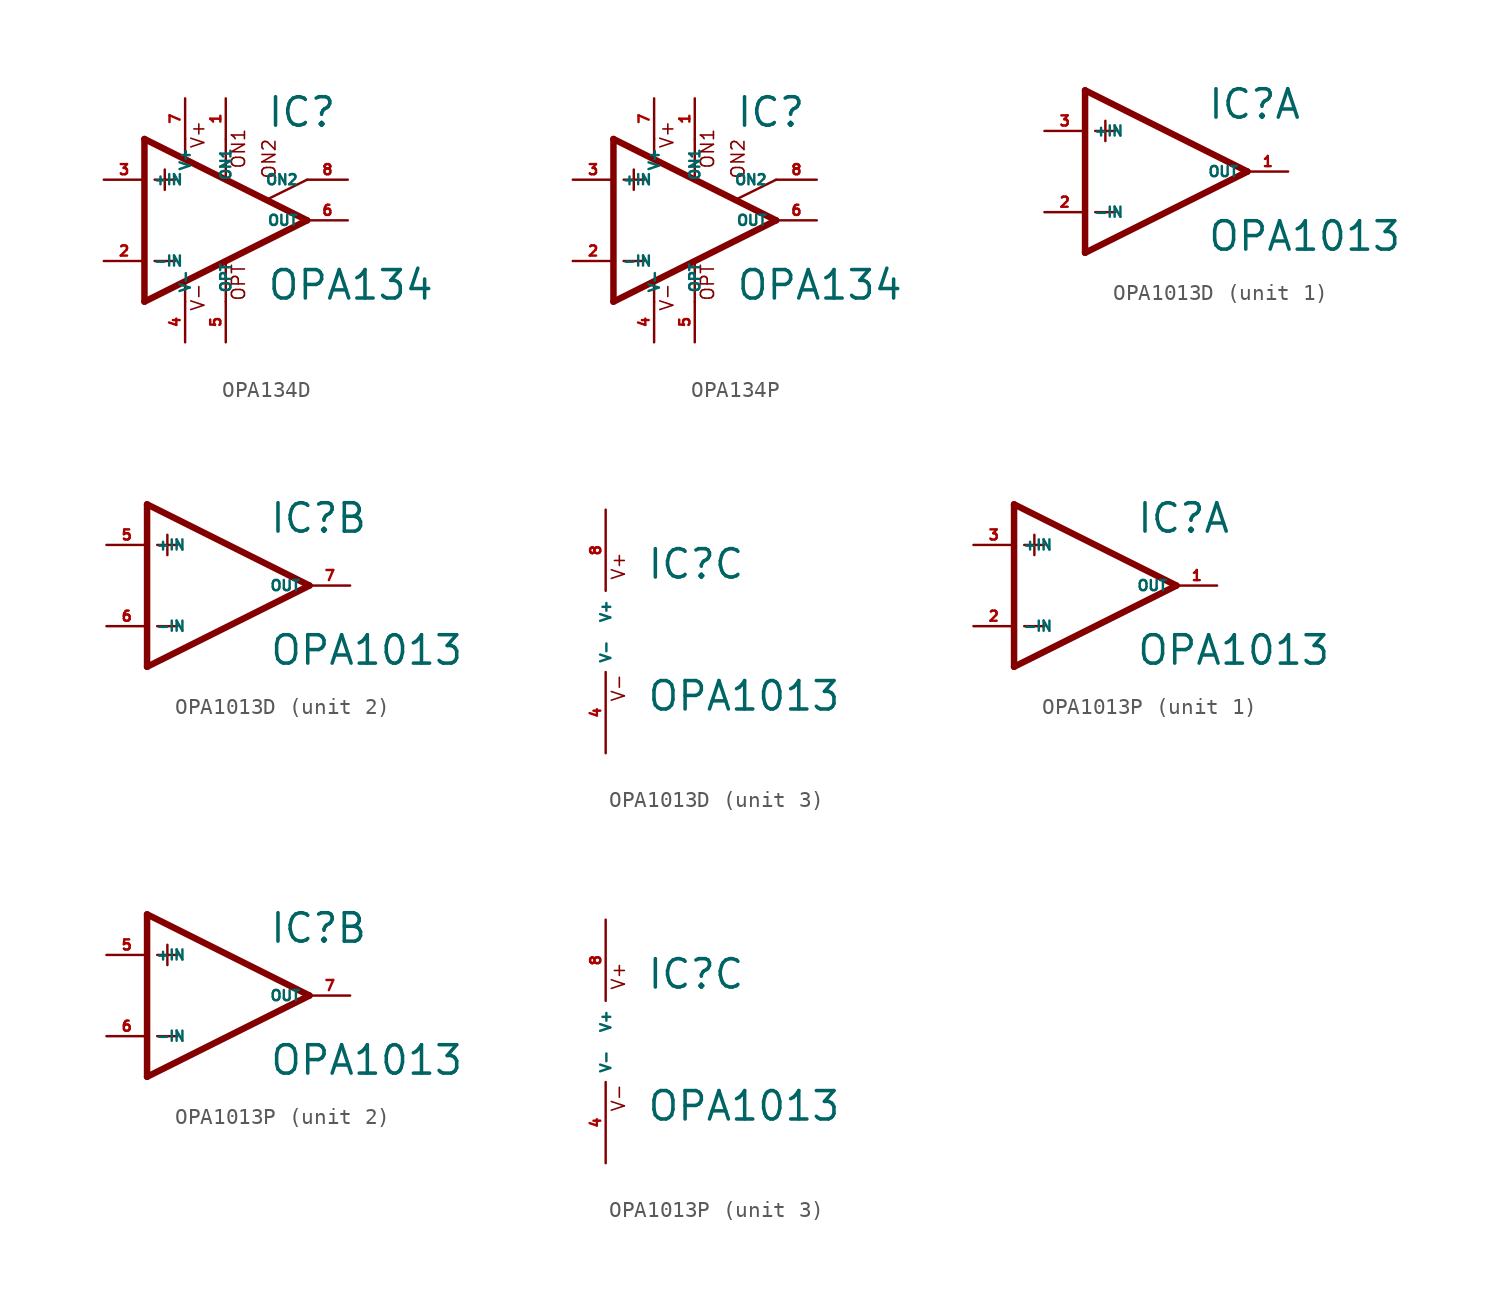
<source format=kicad_sym>
(kicad_symbol_lib
  (version 20220914)
  (generator Eagle2Kicad)
  (symbol "OPA134D"
    (property "Reference" "IC"
      (at 2.54 5.715 0)
      (effects (font (size 1.778 1.778) (thickness 0.22)) (justify left bottom)))
    (property "Value" "OPA134"
      (at 2.54 -5.08 0)
      (effects (font (size 1.778 1.778) (thickness 0.22)) (justify left bottom)))
    (polyline
      (pts (xy -3.81 3.175) (xy -3.81 1.905))
      (stroke (width 0.152) (type default))
      (fill (type none)))
    (polyline
      (pts (xy -4.445 2.54) (xy -3.175 2.54))
      (stroke (width 0.152) (type default))
      (fill (type none)))
    (polyline
      (pts (xy -4.445 -2.54) (xy -3.175 -2.54))
      (stroke (width 0.152) (type default))
      (fill (type none)))
    (polyline
      (pts (xy -2.54 5.08) (xy -2.54 3.886))
      (stroke (width 0.152) (type default))
      (fill (type none)))
    (polyline
      (pts (xy 0 5.055) (xy 0 2.616))
      (stroke (width 0.152) (type default))
      (fill (type none)))
    (polyline
      (pts (xy 0 -2.616) (xy 0 -5.08))
      (stroke (width 0.152) (type default))
      (fill (type none)))
    (polyline
      (pts (xy -2.54 -3.912) (xy -2.54 -5.08))
      (stroke (width 0.152) (type default))
      (fill (type none)))
    (polyline
      (pts (xy 5.08 2.54) (xy 2.616 1.321))
      (stroke (width 0.152) (type default))
      (fill (type none)))
    (polyline
      (pts (xy 5.08 0) (xy -5.08 5.08))
      (stroke (width 0.406) (type default))
      (fill (type none)))
    (polyline
      (pts (xy -5.08 5.08) (xy -5.08 -5.08))
      (stroke (width 0.406) (type default))
      (fill (type none)))
    (polyline
      (pts (xy -5.08 -5.08) (xy 5.08 0))
      (stroke (width 0.406) (type default))
      (fill (type none)))
    (text "ON1"
      (at 1.27 3.175 900)
      (effects (font (size 0.813 0.813) (thickness 0.10)) (justify left bottom)))
    (text "ON2"
      (at 3.175 2.54 900)
      (effects (font (size 0.813 0.813) (thickness 0.10)) (justify left bottom)))
    (text "OPT"
      (at 1.27 -5.08 900)
      (effects (font (size 0.813 0.813) (thickness 0.10)) (justify left bottom)))
    (text "V+"
      (at -1.27 4.445 900)
      (effects (font (size 0.813 0.813) (thickness 0.10)) (justify left bottom)))
    (text "V-"
      (at -1.27 -5.715 900)
      (effects (font (size 0.813 0.813) (thickness 0.10)) (justify left bottom)))
    (pin passive line
      (at 7.62 2.54 180)
      (length 2.54)
      (name "ON2" (effects (font (size 0.635 0.635) (thickness 0.08)) (justify left bottom)))
      (number "8" (effects (font (size 0.635 0.635) (thickness 0.08)) (justify left bottom))))
    (pin passive line
      (at 0 7.62 270)
      (length 2.54)
      (name "ON1" (effects (font (size 0.635 0.635) (thickness 0.08)) (justify left bottom)))
      (number "1" (effects (font (size 0.635 0.635) (thickness 0.08)) (justify left bottom))))
    (pin input line
      (at -7.62 -2.54 0)
      (length 2.54)
      (name "-IN" (effects (font (size 0.635 0.635) (thickness 0.08)) (justify left bottom)))
      (number "2" (effects (font (size 0.635 0.635) (thickness 0.08)) (justify left bottom))))
    (pin input line
      (at -7.62 2.54 0)
      (length 2.54)
      (name "+IN" (effects (font (size 0.635 0.635) (thickness 0.08)) (justify left bottom)))
      (number "3" (effects (font (size 0.635 0.635) (thickness 0.08)) (justify left bottom))))
    (pin output line
      (at 7.62 0 180)
      (length 2.54)
      (name "OUT" (effects (font (size 0.635 0.635) (thickness 0.08)) (justify left bottom)))
      (number "6" (effects (font (size 0.635 0.635) (thickness 0.08)) (justify left bottom))))
    (pin passive line
      (at 0 -7.62 90)
      (length 2.54)
      (name "OPT" (effects (font (size 0.635 0.635) (thickness 0.08)) (justify left bottom)))
      (number "5" (effects (font (size 0.635 0.635) (thickness 0.08)) (justify left bottom))))
    (pin unspecified line
      (at -2.54 7.62 270)
      (length 2.54)
      (name "V+" (effects (font (size 0.635 0.635) (thickness 0.08)) (justify left bottom)))
      (number "7" (effects (font (size 0.635 0.635) (thickness 0.08)) (justify left bottom))))
    (pin unspecified line
      (at -2.54 -7.62 90)
      (length 2.54)
      (name "V-" (effects (font (size 0.635 0.635) (thickness 0.08)) (justify left bottom)))
      (number "4" (effects (font (size 0.635 0.635) (thickness 0.08)) (justify left bottom)))))
  (symbol "OPA134P"
    (property "Reference" "IC"
      (at 2.54 5.715 0)
      (effects (font (size 1.778 1.778) (thickness 0.22)) (justify left bottom)))
    (property "Value" "OPA134"
      (at 2.54 -5.08 0)
      (effects (font (size 1.778 1.778) (thickness 0.22)) (justify left bottom)))
    (polyline
      (pts (xy -3.81 3.175) (xy -3.81 1.905))
      (stroke (width 0.152) (type default))
      (fill (type none)))
    (polyline
      (pts (xy -4.445 2.54) (xy -3.175 2.54))
      (stroke (width 0.152) (type default))
      (fill (type none)))
    (polyline
      (pts (xy -4.445 -2.54) (xy -3.175 -2.54))
      (stroke (width 0.152) (type default))
      (fill (type none)))
    (polyline
      (pts (xy -2.54 5.08) (xy -2.54 3.886))
      (stroke (width 0.152) (type default))
      (fill (type none)))
    (polyline
      (pts (xy 0 5.055) (xy 0 2.616))
      (stroke (width 0.152) (type default))
      (fill (type none)))
    (polyline
      (pts (xy 0 -2.616) (xy 0 -5.08))
      (stroke (width 0.152) (type default))
      (fill (type none)))
    (polyline
      (pts (xy -2.54 -3.912) (xy -2.54 -5.08))
      (stroke (width 0.152) (type default))
      (fill (type none)))
    (polyline
      (pts (xy 5.08 2.54) (xy 2.616 1.321))
      (stroke (width 0.152) (type default))
      (fill (type none)))
    (polyline
      (pts (xy 5.08 0) (xy -5.08 5.08))
      (stroke (width 0.406) (type default))
      (fill (type none)))
    (polyline
      (pts (xy -5.08 5.08) (xy -5.08 -5.08))
      (stroke (width 0.406) (type default))
      (fill (type none)))
    (polyline
      (pts (xy -5.08 -5.08) (xy 5.08 0))
      (stroke (width 0.406) (type default))
      (fill (type none)))
    (text "ON1"
      (at 1.27 3.175 900)
      (effects (font (size 0.813 0.813) (thickness 0.10)) (justify left bottom)))
    (text "ON2"
      (at 3.175 2.54 900)
      (effects (font (size 0.813 0.813) (thickness 0.10)) (justify left bottom)))
    (text "OPT"
      (at 1.27 -5.08 900)
      (effects (font (size 0.813 0.813) (thickness 0.10)) (justify left bottom)))
    (text "V+"
      (at -1.27 4.445 900)
      (effects (font (size 0.813 0.813) (thickness 0.10)) (justify left bottom)))
    (text "V-"
      (at -1.27 -5.715 900)
      (effects (font (size 0.813 0.813) (thickness 0.10)) (justify left bottom)))
    (pin passive line
      (at 7.62 2.54 180)
      (length 2.54)
      (name "ON2" (effects (font (size 0.635 0.635) (thickness 0.08)) (justify left bottom)))
      (number "8" (effects (font (size 0.635 0.635) (thickness 0.08)) (justify left bottom))))
    (pin passive line
      (at 0 7.62 270)
      (length 2.54)
      (name "ON1" (effects (font (size 0.635 0.635) (thickness 0.08)) (justify left bottom)))
      (number "1" (effects (font (size 0.635 0.635) (thickness 0.08)) (justify left bottom))))
    (pin input line
      (at -7.62 -2.54 0)
      (length 2.54)
      (name "-IN" (effects (font (size 0.635 0.635) (thickness 0.08)) (justify left bottom)))
      (number "2" (effects (font (size 0.635 0.635) (thickness 0.08)) (justify left bottom))))
    (pin input line
      (at -7.62 2.54 0)
      (length 2.54)
      (name "+IN" (effects (font (size 0.635 0.635) (thickness 0.08)) (justify left bottom)))
      (number "3" (effects (font (size 0.635 0.635) (thickness 0.08)) (justify left bottom))))
    (pin output line
      (at 7.62 0 180)
      (length 2.54)
      (name "OUT" (effects (font (size 0.635 0.635) (thickness 0.08)) (justify left bottom)))
      (number "6" (effects (font (size 0.635 0.635) (thickness 0.08)) (justify left bottom))))
    (pin passive line
      (at 0 -7.62 90)
      (length 2.54)
      (name "OPT" (effects (font (size 0.635 0.635) (thickness 0.08)) (justify left bottom)))
      (number "5" (effects (font (size 0.635 0.635) (thickness 0.08)) (justify left bottom))))
    (pin unspecified line
      (at -2.54 7.62 270)
      (length 2.54)
      (name "V+" (effects (font (size 0.635 0.635) (thickness 0.08)) (justify left bottom)))
      (number "7" (effects (font (size 0.635 0.635) (thickness 0.08)) (justify left bottom))))
    (pin unspecified line
      (at -2.54 -7.62 90)
      (length 2.54)
      (name "V-" (effects (font (size 0.635 0.635) (thickness 0.08)) (justify left bottom)))
      (number "4" (effects (font (size 0.635 0.635) (thickness 0.08)) (justify left bottom)))))
  (symbol "OPA1013D"
    (property "Reference" "IC"
      (at 2.54 3.175 0)
      (effects (font (size 1.778 1.778) (thickness 0.22)) (justify left bottom)))
    (property "Value" "OPA1013"
      (at 2.54 -5.08 0)
      (effects (font (size 1.778 1.778) (thickness 0.22)) (justify left bottom)))
    (symbol "OPA1013D_1_0"
      (polyline (pts (xy -5.08 5.08) (xy -5.08 -5.08)) (stroke (width 0.406) (type default)) (fill (type none)))
      (polyline (pts (xy -5.08 -5.08) (xy 5.08 0)) (stroke (width 0.406) (type default)) (fill (type none)))
      (polyline (pts (xy 5.08 0) (xy -5.08 5.08)) (stroke (width 0.406) (type default)) (fill (type none)))
      (polyline (pts (xy -3.81 3.175) (xy -3.81 1.905)) (stroke (width 0.152) (type default)) (fill (type none)))
      (polyline (pts (xy -4.445 2.54) (xy -3.175 2.54)) (stroke (width 0.152) (type default)) (fill (type none)))
      (polyline (pts (xy -4.445 -2.54) (xy -3.175 -2.54)) (stroke (width 0.152) (type default)) (fill (type none)))
      (pin input line (at -7.62 -2.54 0) (length 2.54) (name "-IN" (effects (font (size 0.635 0.635) (thickness 0.08)) (justify left bottom))) (number "2" (effects (font (size 0.635 0.635) (thickness 0.08)) (justify left bottom))))
      (pin input line (at -7.62 2.54 0) (length 2.54) (name "+IN" (effects (font (size 0.635 0.635) (thickness 0.08)) (justify left bottom))) (number "3" (effects (font (size 0.635 0.635) (thickness 0.08)) (justify left bottom))))
      (pin output line (at 7.62 0 180) (length 2.54) (name "OUT" (effects (font (size 0.635 0.635) (thickness 0.08)) (justify left bottom))) (number "1" (effects (font (size 0.635 0.635) (thickness 0.08)) (justify left bottom)))))
    (symbol "OPA1013D_2_0"
      (polyline (pts (xy -5.08 5.08) (xy -5.08 -5.08)) (stroke (width 0.406) (type default)) (fill (type none)))
      (polyline (pts (xy -5.08 -5.08) (xy 5.08 0)) (stroke (width 0.406) (type default)) (fill (type none)))
      (polyline (pts (xy 5.08 0) (xy -5.08 5.08)) (stroke (width 0.406) (type default)) (fill (type none)))
      (polyline (pts (xy -3.81 3.175) (xy -3.81 1.905)) (stroke (width 0.152) (type default)) (fill (type none)))
      (polyline (pts (xy -4.445 2.54) (xy -3.175 2.54)) (stroke (width 0.152) (type default)) (fill (type none)))
      (polyline (pts (xy -4.445 -2.54) (xy -3.175 -2.54)) (stroke (width 0.152) (type default)) (fill (type none)))
      (pin input line (at -7.62 -2.54 0) (length 2.54) (name "-IN" (effects (font (size 0.635 0.635) (thickness 0.08)) (justify left bottom))) (number "6" (effects (font (size 0.635 0.635) (thickness 0.08)) (justify left bottom))))
      (pin input line (at -7.62 2.54 0) (length 2.54) (name "+IN" (effects (font (size 0.635 0.635) (thickness 0.08)) (justify left bottom))) (number "5" (effects (font (size 0.635 0.635) (thickness 0.08)) (justify left bottom))))
      (pin output line (at 7.62 0 180) (length 2.54) (name "OUT" (effects (font (size 0.635 0.635) (thickness 0.08)) (justify left bottom))) (number "7" (effects (font (size 0.635 0.635) (thickness 0.08)) (justify left bottom)))))
    (symbol "OPA1013D_3_0"
      (text "V+" (at 1.27 3.175 900) (effects (font (size 0.813 0.813) (thickness 0.10)) (justify left bottom)))
      (text "V-" (at 1.27 -4.445 900) (effects (font (size 0.813 0.813) (thickness 0.10)) (justify left bottom)))
      (pin unspecified line (at 0 7.62 270) (length 5.08) (name "V+" (effects (font (size 0.635 0.635) (thickness 0.08)) (justify left bottom))) (number "8" (effects (font (size 0.635 0.635) (thickness 0.08)) (justify left bottom))))
      (pin unspecified line (at 0 -7.62 90) (length 5.08) (name "V-" (effects (font (size 0.635 0.635) (thickness 0.08)) (justify left bottom))) (number "4" (effects (font (size 0.635 0.635) (thickness 0.08)) (justify left bottom))))))
  (symbol "OPA1013P"
    (property "Reference" "IC"
      (at 2.54 3.175 0)
      (effects (font (size 1.778 1.778) (thickness 0.22)) (justify left bottom)))
    (property "Value" "OPA1013"
      (at 2.54 -5.08 0)
      (effects (font (size 1.778 1.778) (thickness 0.22)) (justify left bottom)))
    (symbol "OPA1013P_1_0"
      (polyline (pts (xy -5.08 5.08) (xy -5.08 -5.08)) (stroke (width 0.406) (type default)) (fill (type none)))
      (polyline (pts (xy -5.08 -5.08) (xy 5.08 0)) (stroke (width 0.406) (type default)) (fill (type none)))
      (polyline (pts (xy 5.08 0) (xy -5.08 5.08)) (stroke (width 0.406) (type default)) (fill (type none)))
      (polyline (pts (xy -3.81 3.175) (xy -3.81 1.905)) (stroke (width 0.152) (type default)) (fill (type none)))
      (polyline (pts (xy -4.445 2.54) (xy -3.175 2.54)) (stroke (width 0.152) (type default)) (fill (type none)))
      (polyline (pts (xy -4.445 -2.54) (xy -3.175 -2.54)) (stroke (width 0.152) (type default)) (fill (type none)))
      (pin input line (at -7.62 -2.54 0) (length 2.54) (name "-IN" (effects (font (size 0.635 0.635) (thickness 0.08)) (justify left bottom))) (number "2" (effects (font (size 0.635 0.635) (thickness 0.08)) (justify left bottom))))
      (pin input line (at -7.62 2.54 0) (length 2.54) (name "+IN" (effects (font (size 0.635 0.635) (thickness 0.08)) (justify left bottom))) (number "3" (effects (font (size 0.635 0.635) (thickness 0.08)) (justify left bottom))))
      (pin output line (at 7.62 0 180) (length 2.54) (name "OUT" (effects (font (size 0.635 0.635) (thickness 0.08)) (justify left bottom))) (number "1" (effects (font (size 0.635 0.635) (thickness 0.08)) (justify left bottom)))))
    (symbol "OPA1013P_2_0"
      (polyline (pts (xy -5.08 5.08) (xy -5.08 -5.08)) (stroke (width 0.406) (type default)) (fill (type none)))
      (polyline (pts (xy -5.08 -5.08) (xy 5.08 0)) (stroke (width 0.406) (type default)) (fill (type none)))
      (polyline (pts (xy 5.08 0) (xy -5.08 5.08)) (stroke (width 0.406) (type default)) (fill (type none)))
      (polyline (pts (xy -3.81 3.175) (xy -3.81 1.905)) (stroke (width 0.152) (type default)) (fill (type none)))
      (polyline (pts (xy -4.445 2.54) (xy -3.175 2.54)) (stroke (width 0.152) (type default)) (fill (type none)))
      (polyline (pts (xy -4.445 -2.54) (xy -3.175 -2.54)) (stroke (width 0.152) (type default)) (fill (type none)))
      (pin input line (at -7.62 -2.54 0) (length 2.54) (name "-IN" (effects (font (size 0.635 0.635) (thickness 0.08)) (justify left bottom))) (number "6" (effects (font (size 0.635 0.635) (thickness 0.08)) (justify left bottom))))
      (pin input line (at -7.62 2.54 0) (length 2.54) (name "+IN" (effects (font (size 0.635 0.635) (thickness 0.08)) (justify left bottom))) (number "5" (effects (font (size 0.635 0.635) (thickness 0.08)) (justify left bottom))))
      (pin output line (at 7.62 0 180) (length 2.54) (name "OUT" (effects (font (size 0.635 0.635) (thickness 0.08)) (justify left bottom))) (number "7" (effects (font (size 0.635 0.635) (thickness 0.08)) (justify left bottom)))))
    (symbol "OPA1013P_3_0"
      (text "V+" (at 1.27 3.175 900) (effects (font (size 0.813 0.813) (thickness 0.10)) (justify left bottom)))
      (text "V-" (at 1.27 -4.445 900) (effects (font (size 0.813 0.813) (thickness 0.10)) (justify left bottom)))
      (pin unspecified line (at 0 7.62 270) (length 5.08) (name "V+" (effects (font (size 0.635 0.635) (thickness 0.08)) (justify left bottom))) (number "8" (effects (font (size 0.635 0.635) (thickness 0.08)) (justify left bottom))))
      (pin unspecified line (at 0 -7.62 90) (length 5.08) (name "V-" (effects (font (size 0.635 0.635) (thickness 0.08)) (justify left bottom))) (number "4" (effects (font (size 0.635 0.635) (thickness 0.08)) (justify left bottom)))))))
</source>
